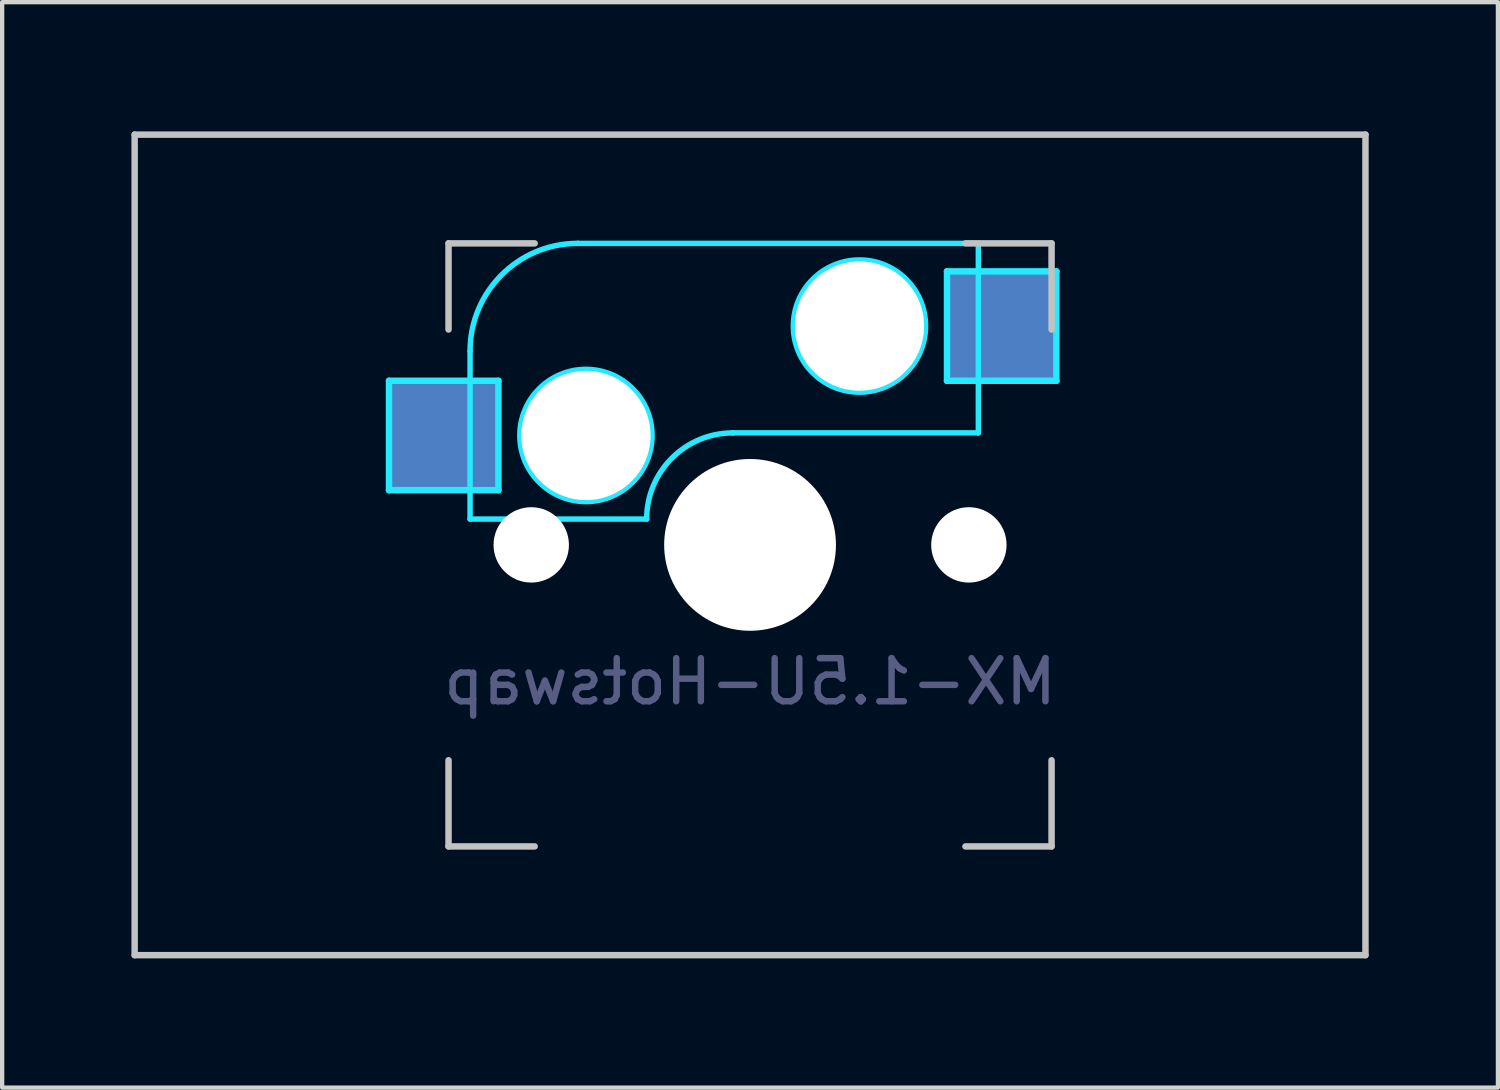
<source format=kicad_pcb>
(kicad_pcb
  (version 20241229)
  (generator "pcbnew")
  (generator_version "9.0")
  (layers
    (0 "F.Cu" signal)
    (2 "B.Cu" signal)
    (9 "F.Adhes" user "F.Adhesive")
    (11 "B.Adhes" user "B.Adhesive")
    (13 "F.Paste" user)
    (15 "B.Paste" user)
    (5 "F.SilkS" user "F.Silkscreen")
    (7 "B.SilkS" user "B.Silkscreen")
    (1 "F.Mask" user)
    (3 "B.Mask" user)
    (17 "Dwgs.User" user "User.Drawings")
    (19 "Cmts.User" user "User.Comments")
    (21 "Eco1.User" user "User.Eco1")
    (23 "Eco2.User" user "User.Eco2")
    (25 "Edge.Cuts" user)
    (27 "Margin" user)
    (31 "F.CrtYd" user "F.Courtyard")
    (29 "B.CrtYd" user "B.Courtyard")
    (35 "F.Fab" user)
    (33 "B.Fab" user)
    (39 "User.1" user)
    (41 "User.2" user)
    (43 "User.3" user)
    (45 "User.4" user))
  (footprint "MX-1.5U-Hotswap"
    (layer "F.Cu")
    (at 14.363 9.6)
    (property "Reference" "MX-1.5U-Hotswap" (at 0 3.175 0) (layer "B.Fab") (effects (font (size 1 1) (thickness 0.15)) (justify mirror)))
    (attr smd)
    (fp_line (start -14.287 -9.525) (end 14.287 -9.525) (stroke (width 0.15) (type solid)) (layer "Dwgs.User"))
    (fp_line (start -14.287 9.525) (end -14.287 -9.525) (stroke (width 0.15) (type solid)) (layer "Dwgs.User"))
    (fp_line (start -7 -7) (end -7 -5) (stroke (width 0.15) (type solid)) (layer "Dwgs.User"))
    (fp_line (start -7 5) (end -7 7) (stroke (width 0.15) (type solid)) (layer "Dwgs.User"))
    (fp_line (start -7 7) (end -5 7) (stroke (width 0.15) (type solid)) (layer "Dwgs.User"))
    (fp_line (start -5 -7) (end -7 -7) (stroke (width 0.15) (type solid)) (layer "Dwgs.User"))
    (fp_line (start 5 -7) (end 7 -7) (stroke (width 0.15) (type solid)) (layer "Dwgs.User"))
    (fp_line (start 5 7) (end 7 7) (stroke (width 0.15) (type solid)) (layer "Dwgs.User"))
    (fp_line (start 7 -7) (end 7 -5) (stroke (width 0.15) (type solid)) (layer "Dwgs.User"))
    (fp_line (start 7 7) (end 7 5) (stroke (width 0.15) (type solid)) (layer "Dwgs.User"))
    (fp_line (start 14.287 -9.525) (end 14.287 9.525) (stroke (width 0.15) (type solid)) (layer "Dwgs.User"))
    (fp_line (start 14.287 9.525) (end -14.287 9.525) (stroke (width 0.15) (type solid)) (layer "Dwgs.User"))
    (fp_line (start -8.382 -3.81) (end -5.842 -3.81) (stroke (width 0.15) (type solid)) (layer "B.CrtYd"))
    (fp_line (start -8.382 -1.27) (end -8.382 -3.81) (stroke (width 0.15) (type solid)) (layer "B.CrtYd"))
    (fp_line (start -6.5 -4.5) (end -6.5 -0.6) (stroke (width 0.127) (type solid)) (layer "B.CrtYd"))
    (fp_line (start -6.5 -0.6) (end -2.4 -0.6) (stroke (width 0.127) (type solid)) (layer "B.CrtYd"))
    (fp_line (start -5.842 -3.81) (end -5.842 -1.27) (stroke (width 0.15) (type solid)) (layer "B.CrtYd"))
    (fp_line (start -5.842 -1.27) (end -8.382 -1.27) (stroke (width 0.15) (type solid)) (layer "B.CrtYd"))
    (fp_line (start -0.4 -2.6) (end 5.3 -2.6) (stroke (width 0.127) (type solid)) (layer "B.CrtYd"))
    (fp_line (start 4.572 -6.35) (end 7.112 -6.35) (stroke (width 0.15) (type solid)) (layer "B.CrtYd"))
    (fp_line (start 4.572 -3.81) (end 4.572 -6.35) (stroke (width 0.15) (type solid)) (layer "B.CrtYd"))
    (fp_line (start 5.3 -7) (end -4 -7) (stroke (width 0.127) (type solid)) (layer "B.CrtYd"))
    (fp_line (start 5.3 -7) (end 5.3 -2.6) (stroke (width 0.127) (type solid)) (layer "B.CrtYd"))
    (fp_line (start 7.112 -6.35) (end 7.112 -3.81) (stroke (width 0.15) (type solid)) (layer "B.CrtYd"))
    (fp_line (start 7.112 -3.81) (end 4.572 -3.81) (stroke (width 0.15) (type solid)) (layer "B.CrtYd"))
    (fp_arc (start -6.5 -4.5) (mid -5.767767 -6.267767) (end -4 -7) (stroke (width 0.127) (type solid)) (layer "B.CrtYd"))
    (fp_arc (start -2.4 -0.6) (mid -1.814214 -2.014214) (end -0.4 -2.6) (stroke (width 0.127) (type solid)) (layer "B.CrtYd"))
    (fp_circle (center -3.81 -2.54) (end -3.81 -4.064) (stroke (width 0.15) (type solid)) (fill no) (layer "B.CrtYd"))
    (fp_circle (center 2.54 -5.08) (end 2.54 -6.604) (stroke (width 0.15) (type solid)) (fill no) (layer "B.CrtYd"))
    (pad "" np_thru_hole circle (at -5.08 0 48.1) (size 1.75 1.75) (drill 1.75) (layers "*.Cu" "*.Mask"))
    (pad "" np_thru_hole circle (at -3.81 -2.54) (size 3 3) (drill 3) (layers "*.Cu" "*.Mask"))
    (pad "" np_thru_hole circle (at 0 0) (size 3.988 3.988) (drill 3.988) (layers "*.Cu" "*.Mask"))
    (pad "" np_thru_hole circle (at 2.54 -5.08) (size 3 3) (drill 3) (layers "*.Cu" "*.Mask"))
    (pad "" np_thru_hole circle (at 5.08 0 48.1) (size 1.75 1.75) (drill 1.75) (layers "*.Cu" "*.Mask"))
    (pad "1" smd rect (at -7.085 -2.54) (size 2.55 2.5) (layers "B.Cu" "B.Mask" "B.Paste"))
    (pad "2" smd rect (at 5.842 -5.08) (size 2.55 2.5) (layers "B.Cu" "B.Mask" "B.Paste")))
  (gr_rect
    (start -3 -3)
    (end 31.725 22.2)
    (stroke (width 0.1) (type default))
    (fill no)
    (layer "Edge.Cuts")))
</source>
